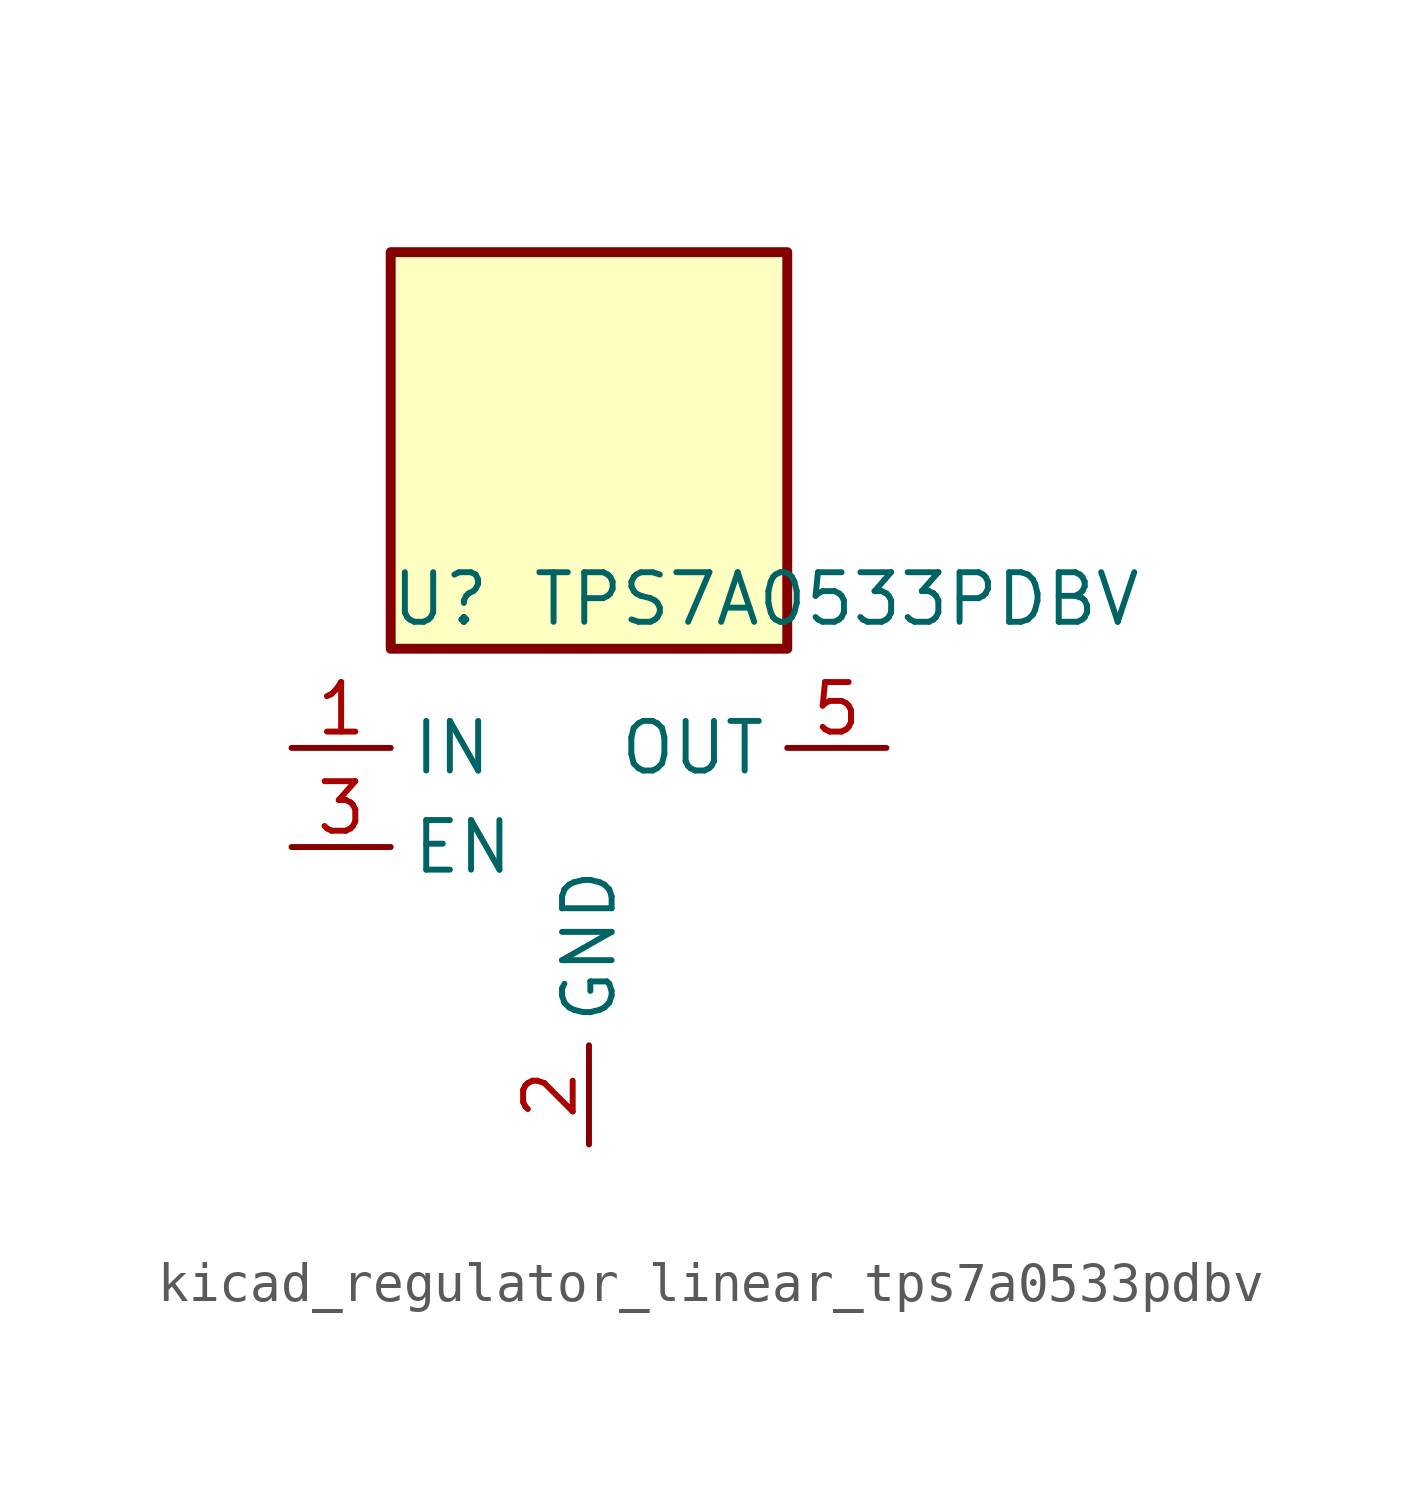
<source format=kicad_sym>
(kicad_symbol_lib
  (version 20220914)
  (generator kicad_symbol_editor)
  (symbol "kicad_regulator_linear_tps7a0533pdbv"
    (property "Reference" "U"
      (at -3.81 6.35 0)
      (effects (font (size 1.27 1.27))))
    (property "Value" "TPS7A0533PDBV"
      (at 6.35 6.35 0)
      (effects (font (size 1.27 1.27))))
    (symbol "kicad_regulator_linear_tps7a0533pdbv_0_1"
      (rectangle (start 5.08 15.24) (end -5.08 5.08) (stroke (width 0.254) (type default)) (fill (type background)))
      (pin power_in line (at -7.62 2.54 0) (length 2.54) (name "IN" (effects (font (size 1.27 1.27)))) (number "1" (effects (font (size 1.27 1.27)))))
      (pin power_in line (at 0 -7.62 90) (length 2.54) (name "GND" (effects (font (size 1.27 1.27)))) (number "2" (effects (font (size 1.27 1.27)))))
      (pin input line (at -7.62 0 0) (length 2.54) (name "EN" (effects (font (size 1.27 1.27)))) (number "3" (effects (font (size 1.27 1.27)))))
      (pin no_connect line (at 5.08 0 180) (length 2.54) hide (name "NC" (effects (font (size 1.27 1.27)))) (number "4" (effects (font (size 1.27 1.27)))))
      (pin power_out line (at 7.62 2.54 180) (length 2.54) (name "OUT" (effects (font (size 1.27 1.27)))) (number "5" (effects (font (size 1.27 1.27))))))))
</source>
